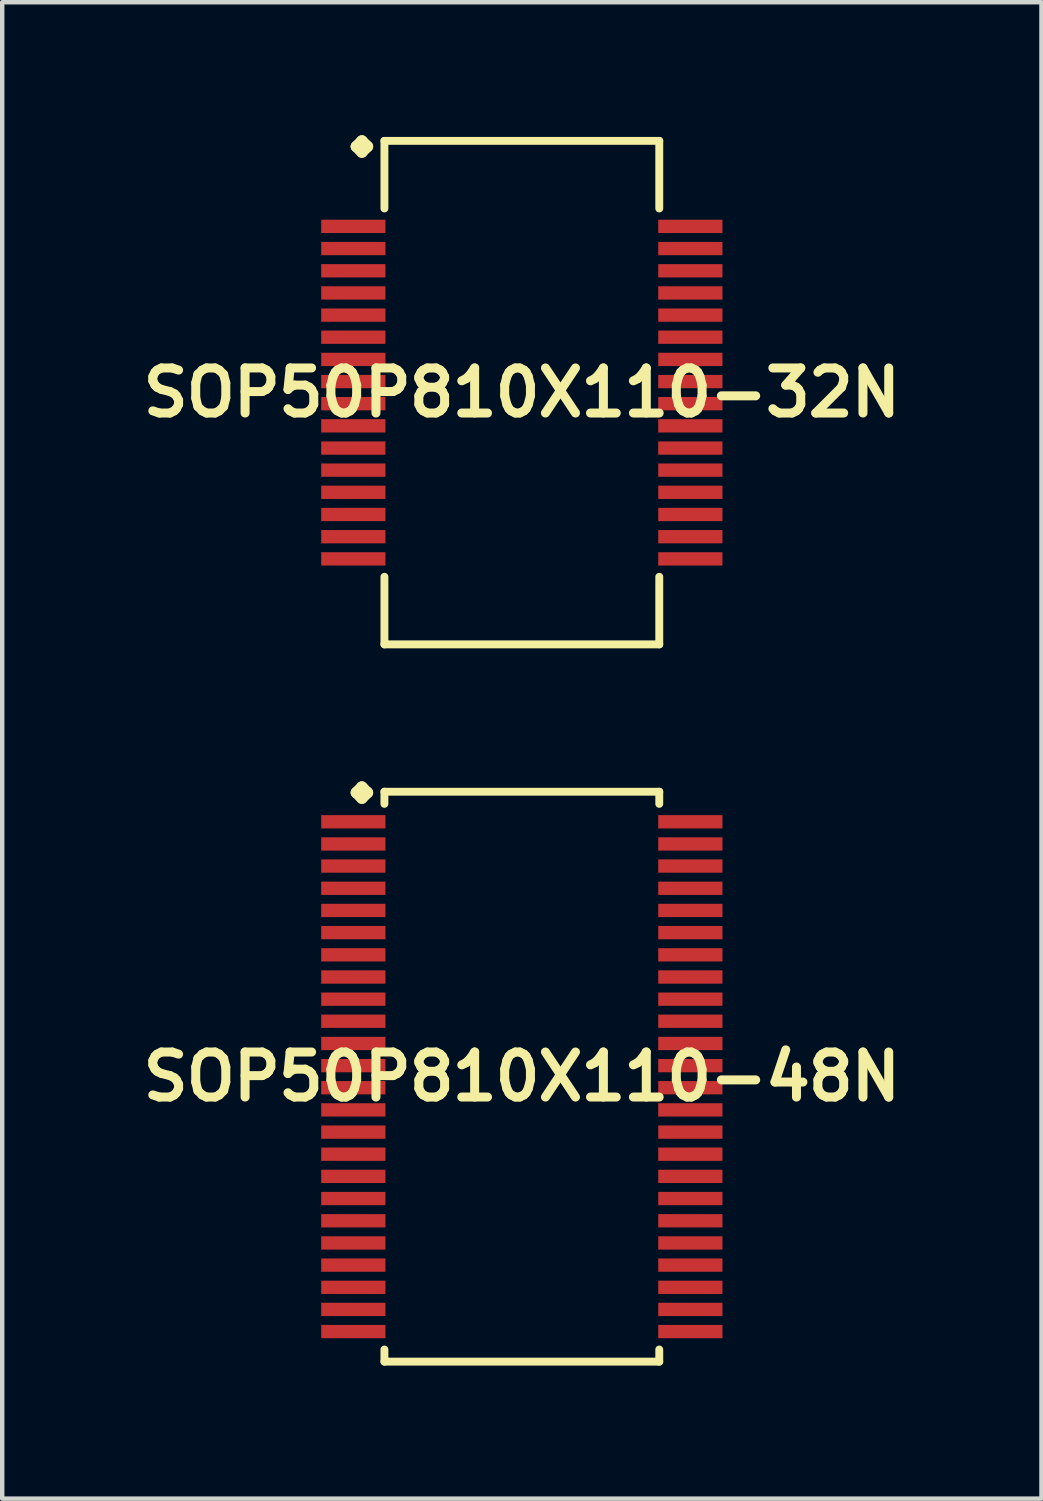
<source format=kicad_pcb>
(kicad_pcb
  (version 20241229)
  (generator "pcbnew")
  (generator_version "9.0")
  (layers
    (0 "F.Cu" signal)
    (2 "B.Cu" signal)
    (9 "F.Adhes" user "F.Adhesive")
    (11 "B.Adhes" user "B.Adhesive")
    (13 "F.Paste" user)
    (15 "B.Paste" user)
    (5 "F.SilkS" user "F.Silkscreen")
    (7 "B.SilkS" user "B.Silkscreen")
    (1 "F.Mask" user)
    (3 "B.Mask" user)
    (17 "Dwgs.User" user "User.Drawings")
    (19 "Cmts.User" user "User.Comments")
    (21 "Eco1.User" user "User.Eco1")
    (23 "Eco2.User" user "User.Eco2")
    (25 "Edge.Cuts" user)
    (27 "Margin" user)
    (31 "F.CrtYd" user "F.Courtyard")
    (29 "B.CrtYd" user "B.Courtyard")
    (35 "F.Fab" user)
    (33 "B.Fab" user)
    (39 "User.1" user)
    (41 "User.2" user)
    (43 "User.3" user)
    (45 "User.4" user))
  (footprint "SOP50P810X110-48N"
    (layer "F.Cu")
    (at 8.718 21.23)
    (property "Reference" "SOP50P810X110-48N" (at 0 0 0) (layer "F.SilkS") (effects (font (size 1.016 1.016) (thickness 0.203))))
    (attr smd)
    (fp_line (start -3.734 -6.406) (end -3.607 -6.533) (stroke (width 0.254) (type solid)) (layer "F.SilkS"))
    (fp_line (start -3.607 -6.533) (end -3.48 -6.406) (stroke (width 0.254) (type solid)) (layer "F.SilkS"))
    (fp_line (start -3.607 -6.279) (end -3.734 -6.406) (stroke (width 0.254) (type solid)) (layer "F.SilkS"))
    (fp_line (start -3.48 -6.406) (end -3.607 -6.279) (stroke (width 0.254) (type solid)) (layer "F.SilkS"))
    (fp_line (start -3.099 -6.426) (end 3.099 -6.426) (stroke (width 0.178) (type solid)) (layer "F.SilkS"))
    (fp_line (start -3.099 -6.152) (end -3.099 -6.426) (stroke (width 0.178) (type solid)) (layer "F.SilkS"))
    (fp_line (start -3.099 6.152) (end -3.099 6.426) (stroke (width 0.178) (type solid)) (layer "F.SilkS"))
    (fp_line (start -3.099 6.426) (end 3.099 6.426) (stroke (width 0.178) (type solid)) (layer "F.SilkS"))
    (fp_line (start 3.099 -6.426) (end 3.099 -6.152) (stroke (width 0.178) (type solid)) (layer "F.SilkS"))
    (fp_line (start 3.099 6.426) (end 3.099 6.152) (stroke (width 0.178) (type solid)) (layer "F.SilkS"))
    (pad "1" smd rect (at -3.8 -5.748) (size 1.448 0.3) (layers "F.Cu" "F.Mask" "F.Paste"))
    (pad "2" smd rect (at -3.8 -5.248) (size 1.448 0.3) (layers "F.Cu" "F.Mask" "F.Paste"))
    (pad "3" smd rect (at -3.8 -4.75) (size 1.448 0.3) (layers "F.Cu" "F.Mask" "F.Paste"))
    (pad "4" smd rect (at -3.8 -4.249) (size 1.448 0.3) (layers "F.Cu" "F.Mask" "F.Paste"))
    (pad "5" smd rect (at -3.8 -3.749) (size 1.448 0.3) (layers "F.Cu" "F.Mask" "F.Paste"))
    (pad "6" smd rect (at -3.8 -3.249) (size 1.448 0.3) (layers "F.Cu" "F.Mask" "F.Paste"))
    (pad "7" smd rect (at -3.8 -2.748) (size 1.448 0.3) (layers "F.Cu" "F.Mask" "F.Paste"))
    (pad "8" smd rect (at -3.8 -2.248) (size 1.448 0.3) (layers "F.Cu" "F.Mask" "F.Paste"))
    (pad "9" smd rect (at -3.8 -1.748) (size 1.448 0.3) (layers "F.Cu" "F.Mask" "F.Paste"))
    (pad "10" smd rect (at -3.8 -1.25) (size 1.448 0.3) (layers "F.Cu" "F.Mask" "F.Paste"))
    (pad "11" smd rect (at -3.8 -0.749) (size 1.448 0.3) (layers "F.Cu" "F.Mask" "F.Paste"))
    (pad "12" smd rect (at -3.8 -0.249) (size 1.448 0.3) (layers "F.Cu" "F.Mask" "F.Paste"))
    (pad "13" smd rect (at -3.8 0.249) (size 1.448 0.3) (layers "F.Cu" "F.Mask" "F.Paste"))
    (pad "14" smd rect (at -3.8 0.749) (size 1.448 0.3) (layers "F.Cu" "F.Mask" "F.Paste"))
    (pad "15" smd rect (at -3.8 1.25) (size 1.448 0.3) (layers "F.Cu" "F.Mask" "F.Paste"))
    (pad "16" smd rect (at -3.8 1.748) (size 1.448 0.3) (layers "F.Cu" "F.Mask" "F.Paste"))
    (pad "17" smd rect (at -3.8 2.248) (size 1.448 0.3) (layers "F.Cu" "F.Mask" "F.Paste"))
    (pad "18" smd rect (at -3.8 2.748) (size 1.448 0.3) (layers "F.Cu" "F.Mask" "F.Paste"))
    (pad "19" smd rect (at -3.8 3.249) (size 1.448 0.3) (layers "F.Cu" "F.Mask" "F.Paste"))
    (pad "20" smd rect (at -3.8 3.749) (size 1.448 0.3) (layers "F.Cu" "F.Mask" "F.Paste"))
    (pad "21" smd rect (at -3.8 4.249) (size 1.448 0.3) (layers "F.Cu" "F.Mask" "F.Paste"))
    (pad "22" smd rect (at -3.8 4.75) (size 1.448 0.3) (layers "F.Cu" "F.Mask" "F.Paste"))
    (pad "23" smd rect (at -3.8 5.248) (size 1.448 0.3) (layers "F.Cu" "F.Mask" "F.Paste"))
    (pad "24" smd rect (at -3.8 5.748) (size 1.448 0.3) (layers "F.Cu" "F.Mask" "F.Paste"))
    (pad "25" smd rect (at 3.8 5.748) (size 1.448 0.3) (layers "F.Cu" "F.Mask" "F.Paste"))
    (pad "26" smd rect (at 3.8 5.248) (size 1.448 0.3) (layers "F.Cu" "F.Mask" "F.Paste"))
    (pad "27" smd rect (at 3.8 4.75) (size 1.448 0.3) (layers "F.Cu" "F.Mask" "F.Paste"))
    (pad "28" smd rect (at 3.8 4.249) (size 1.448 0.3) (layers "F.Cu" "F.Mask" "F.Paste"))
    (pad "29" smd rect (at 3.8 3.749) (size 1.448 0.3) (layers "F.Cu" "F.Mask" "F.Paste"))
    (pad "30" smd rect (at 3.8 3.249) (size 1.448 0.3) (layers "F.Cu" "F.Mask" "F.Paste"))
    (pad "31" smd rect (at 3.8 2.748) (size 1.448 0.3) (layers "F.Cu" "F.Mask" "F.Paste"))
    (pad "32" smd rect (at 3.8 2.248) (size 1.448 0.3) (layers "F.Cu" "F.Mask" "F.Paste"))
    (pad "33" smd rect (at 3.8 1.748) (size 1.448 0.3) (layers "F.Cu" "F.Mask" "F.Paste"))
    (pad "34" smd rect (at 3.8 1.25) (size 1.448 0.3) (layers "F.Cu" "F.Mask" "F.Paste"))
    (pad "35" smd rect (at 3.8 0.749) (size 1.448 0.3) (layers "F.Cu" "F.Mask" "F.Paste"))
    (pad "36" smd rect (at 3.8 0.249) (size 1.448 0.3) (layers "F.Cu" "F.Mask" "F.Paste"))
    (pad "37" smd rect (at 3.8 -0.249) (size 1.448 0.3) (layers "F.Cu" "F.Mask" "F.Paste"))
    (pad "38" smd rect (at 3.8 -0.749) (size 1.448 0.3) (layers "F.Cu" "F.Mask" "F.Paste"))
    (pad "39" smd rect (at 3.8 -1.25) (size 1.448 0.3) (layers "F.Cu" "F.Mask" "F.Paste"))
    (pad "40" smd rect (at 3.8 -1.748) (size 1.448 0.3) (layers "F.Cu" "F.Mask" "F.Paste"))
    (pad "41" smd rect (at 3.8 -2.248) (size 1.448 0.3) (layers "F.Cu" "F.Mask" "F.Paste"))
    (pad "42" smd rect (at 3.8 -2.748) (size 1.448 0.3) (layers "F.Cu" "F.Mask" "F.Paste"))
    (pad "43" smd rect (at 3.8 -3.249) (size 1.448 0.3) (layers "F.Cu" "F.Mask" "F.Paste"))
    (pad "44" smd rect (at 3.8 -3.749) (size 1.448 0.3) (layers "F.Cu" "F.Mask" "F.Paste"))
    (pad "45" smd rect (at 3.8 -4.249) (size 1.448 0.3) (layers "F.Cu" "F.Mask" "F.Paste"))
    (pad "46" smd rect (at 3.8 -4.75) (size 1.448 0.3) (layers "F.Cu" "F.Mask" "F.Paste"))
    (pad "47" smd rect (at 3.8 -5.248) (size 1.448 0.3) (layers "F.Cu" "F.Mask" "F.Paste"))
    (pad "48" smd rect (at 3.8 -5.748) (size 1.448 0.3) (layers "F.Cu" "F.Mask" "F.Paste")))
  (footprint "SOP50P810X110-32N"
    (layer "F.Cu")
    (at 8.718 5.804)
    (property "Reference" "SOP50P810X110-32N" (at 0 0 0) (layer "F.SilkS") (effects (font (size 1.016 1.016) (thickness 0.203))))
    (attr smd)
    (fp_line (start -3.734 -5.55) (end -3.607 -5.677) (stroke (width 0.254) (type solid)) (layer "F.SilkS"))
    (fp_line (start -3.607 -5.677) (end -3.48 -5.55) (stroke (width 0.254) (type solid)) (layer "F.SilkS"))
    (fp_line (start -3.607 -5.423) (end -3.734 -5.55) (stroke (width 0.254) (type solid)) (layer "F.SilkS"))
    (fp_line (start -3.48 -5.55) (end -3.607 -5.423) (stroke (width 0.254) (type solid)) (layer "F.SilkS"))
    (fp_line (start -3.099 -5.677) (end 3.099 -5.677) (stroke (width 0.178) (type solid)) (layer "F.SilkS"))
    (fp_line (start -3.099 -4.153) (end -3.099 -5.677) (stroke (width 0.178) (type solid)) (layer "F.SilkS"))
    (fp_line (start -3.099 4.153) (end -3.099 5.677) (stroke (width 0.178) (type solid)) (layer "F.SilkS"))
    (fp_line (start -3.099 5.677) (end 3.099 5.677) (stroke (width 0.178) (type solid)) (layer "F.SilkS"))
    (fp_line (start 3.099 -5.677) (end 3.099 -4.153) (stroke (width 0.178) (type solid)) (layer "F.SilkS"))
    (fp_line (start 3.099 5.677) (end 3.099 4.153) (stroke (width 0.178) (type solid)) (layer "F.SilkS"))
    (pad "1" smd rect (at -3.8 -3.749) (size 1.448 0.3) (layers "F.Cu" "F.Mask" "F.Paste"))
    (pad "2" smd rect (at -3.8 -3.249) (size 1.448 0.3) (layers "F.Cu" "F.Mask" "F.Paste"))
    (pad "3" smd rect (at -3.8 -2.748) (size 1.448 0.3) (layers "F.Cu" "F.Mask" "F.Paste"))
    (pad "4" smd rect (at -3.8 -2.248) (size 1.448 0.3) (layers "F.Cu" "F.Mask" "F.Paste"))
    (pad "5" smd rect (at -3.8 -1.748) (size 1.448 0.3) (layers "F.Cu" "F.Mask" "F.Paste"))
    (pad "6" smd rect (at -3.8 -1.25) (size 1.448 0.3) (layers "F.Cu" "F.Mask" "F.Paste"))
    (pad "7" smd rect (at -3.8 -0.749) (size 1.448 0.3) (layers "F.Cu" "F.Mask" "F.Paste"))
    (pad "8" smd rect (at -3.8 -0.249) (size 1.448 0.3) (layers "F.Cu" "F.Mask" "F.Paste"))
    (pad "9" smd rect (at -3.8 0.249) (size 1.448 0.3) (layers "F.Cu" "F.Mask" "F.Paste"))
    (pad "10" smd rect (at -3.8 0.749) (size 1.448 0.3) (layers "F.Cu" "F.Mask" "F.Paste"))
    (pad "11" smd rect (at -3.8 1.25) (size 1.448 0.3) (layers "F.Cu" "F.Mask" "F.Paste"))
    (pad "12" smd rect (at -3.8 1.748) (size 1.448 0.3) (layers "F.Cu" "F.Mask" "F.Paste"))
    (pad "13" smd rect (at -3.8 2.248) (size 1.448 0.3) (layers "F.Cu" "F.Mask" "F.Paste"))
    (pad "14" smd rect (at -3.8 2.748) (size 1.448 0.3) (layers "F.Cu" "F.Mask" "F.Paste"))
    (pad "15" smd rect (at -3.8 3.249) (size 1.448 0.3) (layers "F.Cu" "F.Mask" "F.Paste"))
    (pad "16" smd rect (at -3.8 3.749) (size 1.448 0.3) (layers "F.Cu" "F.Mask" "F.Paste"))
    (pad "17" smd rect (at 3.8 3.749) (size 1.448 0.3) (layers "F.Cu" "F.Mask" "F.Paste"))
    (pad "18" smd rect (at 3.8 3.249) (size 1.448 0.3) (layers "F.Cu" "F.Mask" "F.Paste"))
    (pad "19" smd rect (at 3.8 2.748) (size 1.448 0.3) (layers "F.Cu" "F.Mask" "F.Paste"))
    (pad "20" smd rect (at 3.8 2.248) (size 1.448 0.3) (layers "F.Cu" "F.Mask" "F.Paste"))
    (pad "21" smd rect (at 3.8 1.748) (size 1.448 0.3) (layers "F.Cu" "F.Mask" "F.Paste"))
    (pad "22" smd rect (at 3.8 1.25) (size 1.448 0.3) (layers "F.Cu" "F.Mask" "F.Paste"))
    (pad "23" smd rect (at 3.8 0.749) (size 1.448 0.3) (layers "F.Cu" "F.Mask" "F.Paste"))
    (pad "24" smd rect (at 3.8 0.249) (size 1.448 0.3) (layers "F.Cu" "F.Mask" "F.Paste"))
    (pad "25" smd rect (at 3.8 -0.249) (size 1.448 0.3) (layers "F.Cu" "F.Mask" "F.Paste"))
    (pad "26" smd rect (at 3.8 -0.749) (size 1.448 0.3) (layers "F.Cu" "F.Mask" "F.Paste"))
    (pad "27" smd rect (at 3.8 -1.25) (size 1.448 0.3) (layers "F.Cu" "F.Mask" "F.Paste"))
    (pad "28" smd rect (at 3.8 -1.748) (size 1.448 0.3) (layers "F.Cu" "F.Mask" "F.Paste"))
    (pad "29" smd rect (at 3.8 -2.248) (size 1.448 0.3) (layers "F.Cu" "F.Mask" "F.Paste"))
    (pad "30" smd rect (at 3.8 -2.748) (size 1.448 0.3) (layers "F.Cu" "F.Mask" "F.Paste"))
    (pad "31" smd rect (at 3.8 -3.249) (size 1.448 0.3) (layers "F.Cu" "F.Mask" "F.Paste"))
    (pad "32" smd rect (at 3.8 -3.749) (size 1.448 0.3) (layers "F.Cu" "F.Mask" "F.Paste")))
  (gr_rect
    (start -3 -3)
    (end 20.436 30.745)
    (stroke (width 0.1) (type default))
    (fill no)
    (layer "Edge.Cuts")))
</source>
